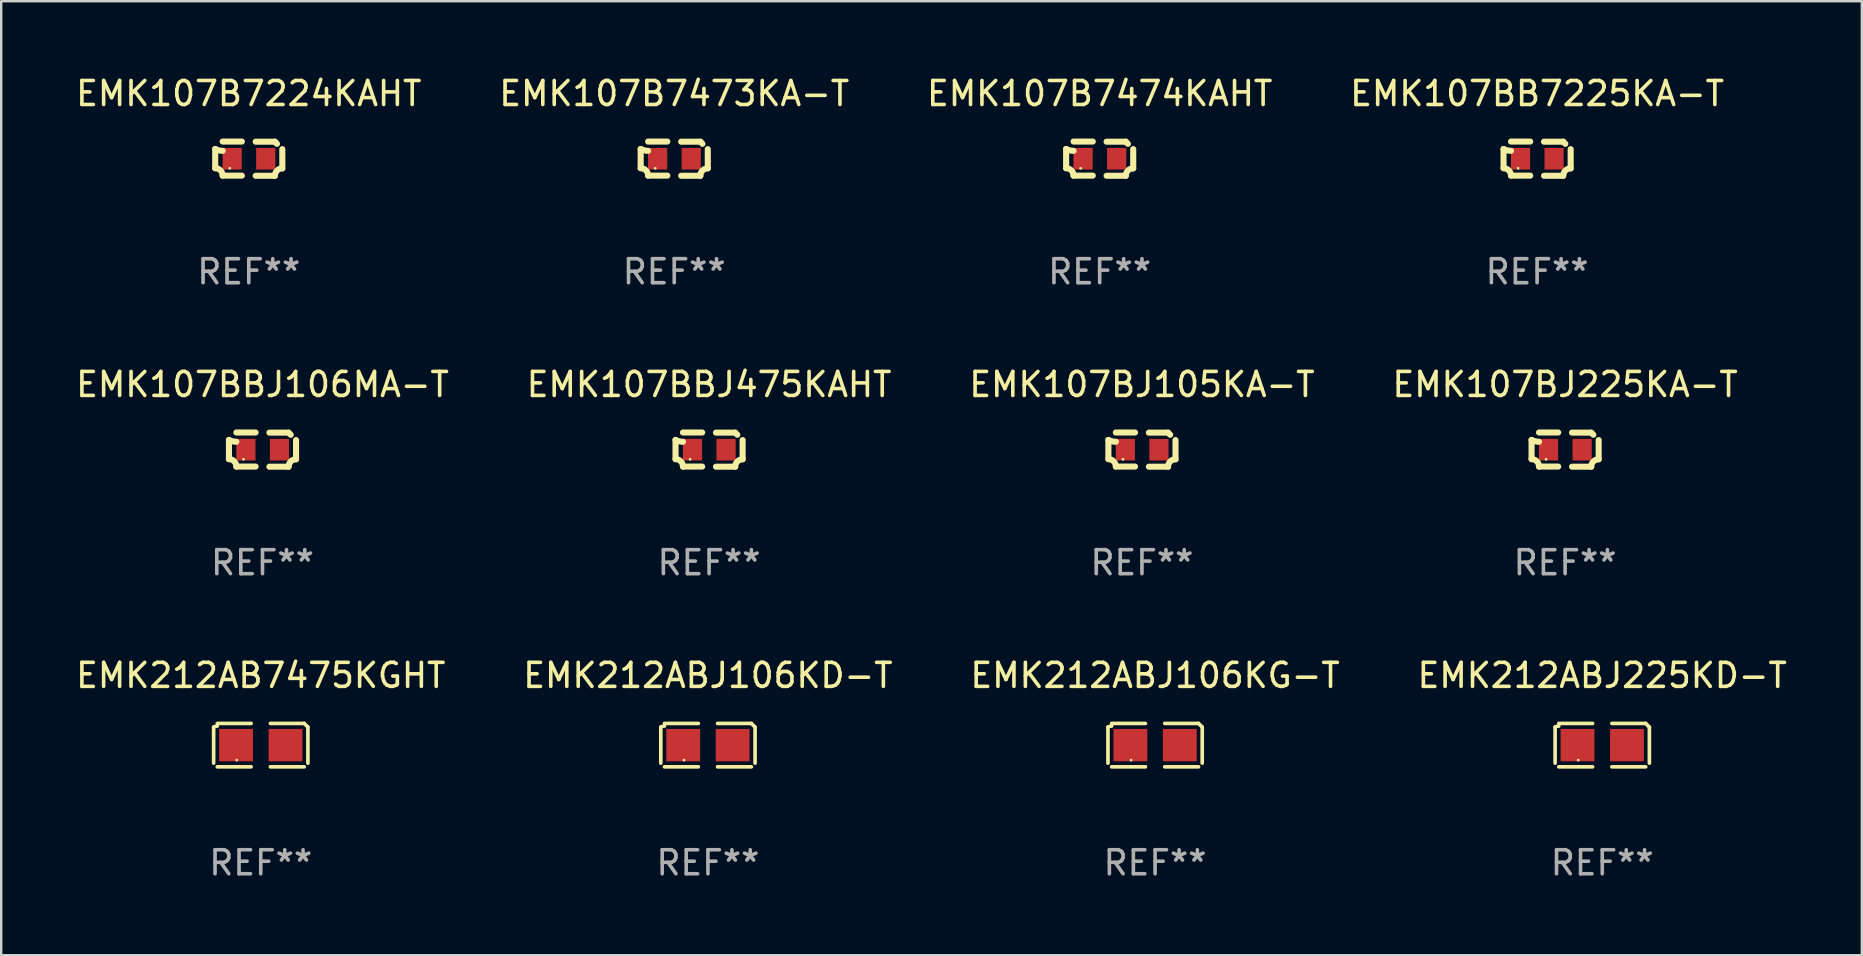
<source format=kicad_pcb>
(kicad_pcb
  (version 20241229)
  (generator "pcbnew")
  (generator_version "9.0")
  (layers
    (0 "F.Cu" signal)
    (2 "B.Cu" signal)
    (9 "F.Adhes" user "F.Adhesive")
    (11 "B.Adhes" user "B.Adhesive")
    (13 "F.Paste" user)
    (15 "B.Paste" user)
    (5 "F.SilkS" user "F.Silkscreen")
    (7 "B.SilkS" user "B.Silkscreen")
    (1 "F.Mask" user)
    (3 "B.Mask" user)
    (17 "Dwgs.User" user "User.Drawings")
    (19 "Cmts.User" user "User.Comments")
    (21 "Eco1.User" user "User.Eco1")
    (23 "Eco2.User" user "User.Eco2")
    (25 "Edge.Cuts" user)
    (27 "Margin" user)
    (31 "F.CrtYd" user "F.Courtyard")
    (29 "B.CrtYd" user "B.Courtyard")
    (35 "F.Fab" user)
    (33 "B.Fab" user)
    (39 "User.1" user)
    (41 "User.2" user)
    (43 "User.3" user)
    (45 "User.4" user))
  (footprint "EMK212ABJ106KG-T"
    (layer "F.Cu")
    (at 45.077 27.996)
    (property "Reference" "EMK212ABJ106KG-T" (at 0 -2.904 0) (layer "F.SilkS") (effects (font (size 1 1) (thickness 0.15))))
    (attr through_hole)
    (fp_line (start -1.964 0.751) (end -1.964 -0.751) (stroke (width 0.152) (type solid)) (layer "F.SilkS"))
    (fp_line (start -1.811 -0.904) (end -0.401 -0.904) (stroke (width 0.152) (type solid)) (layer "F.SilkS"))
    (fp_line (start -0.401 0.904) (end -1.811 0.904) (stroke (width 0.152) (type solid)) (layer "F.SilkS"))
    (fp_line (start 0.401 0.904) (end 1.811 0.904) (stroke (width 0.152) (type solid)) (layer "F.SilkS"))
    (fp_line (start 1.811 -0.904) (end 0.401 -0.904) (stroke (width 0.152) (type solid)) (layer "F.SilkS"))
    (fp_line (start 1.964 0.751) (end 1.964 -0.751) (stroke (width 0.152) (type solid)) (layer "F.SilkS"))
    (fp_arc (start -1.963602 -0.751207) (mid -1.890354 -0.783131) (end -1.811201 -0.794044) (stroke (width 0.1524) (type solid)) (layer "F.SilkS"))
    (fp_arc (start 1.811202 -0.903607) (mid 1.887413 -0.827418) (end 1.963602 -0.751207) (stroke (width 0.1524) (type solid)) (layer "F.SilkS"))
    (fp_circle (center -1 0.625) (end -0.97 0.625) (stroke (width 0.06) (type solid)) (fill no) (layer "F.SilkS"))
    (fp_text user "REF**" (at 0 4.904 0) (layer "F.Fab") (effects (font (size 1 1) (thickness 0.15))))
    (pad "1" smd rect (at -1.03 0) (size 1.41 1.35) (layers "F.Cu" "F.Mask" "F.Paste"))
    (pad "2" smd rect (at 1.03 0) (size 1.41 1.35) (layers "F.Cu" "F.Mask" "F.Paste")))
  (footprint "EMK107B7474KAHT"
    (layer "F.Cu")
    (at 42.768 3.561)
    (property "Reference" "EMK107B7474KAHT" (at 0 -2.713 0) (layer "F.SilkS") (effects (font (size 1 1) (thickness 0.15))))
    (attr through_hole)
    (fp_line (start -1.398 -0.403) (end -1.398 0.397) (stroke (width 0.254) (type solid)) (layer "F.SilkS"))
    (fp_line (start -0.288 -0.713) (end -1.088 -0.713) (stroke (width 0.254) (type solid)) (layer "F.SilkS"))
    (fp_line (start -0.288 0.707) (end -1.088 0.707) (stroke (width 0.254) (type solid)) (layer "F.SilkS"))
    (fp_line (start 0.288 -0.707) (end 1.088 -0.707) (stroke (width 0.254) (type solid)) (layer "F.SilkS"))
    (fp_line (start 0.288 0.713) (end 1.088 0.713) (stroke (width 0.254) (type solid)) (layer "F.SilkS"))
    (fp_line (start 1.398 -0.397) (end 1.398 0.403) (stroke (width 0.254) (type solid)) (layer "F.SilkS"))
    (fp_arc (start -1.397789 0.397066) (mid -1.178701 0.487826) (end -1.08796 0.706922) (stroke (width 0.254001) (type solid)) (layer "F.SilkS"))
    (fp_arc (start -1.08796 -0.327176) (mid -1.247436 -0.346384) (end -1.39779 -0.402908) (stroke (width 0.254001) (type solid)) (layer "F.SilkS"))
    (fp_arc (start 1.087909 0.712738) (mid 1.178656 0.493655) (end 1.397739 0.402908) (stroke (width 0.254001) (type solid)) (layer "F.SilkS"))
    (fp_arc (start 1.175925 -0.618926) (mid 1.131917 -0.662923) (end 1.08791 -0.706922) (stroke (width 0.254001) (type solid)) (layer "F.SilkS"))
    (fp_circle (center -0.792 0.403) (end -0.762 0.403) (stroke (width 0.06) (type solid)) (fill no) (layer "F.SilkS"))
    (fp_text user "REF**" (at 0 4.713 0) (layer "F.Fab") (effects (font (size 1 1) (thickness 0.15))))
    (pad "1" smd rect (at -0.692 0.003) (size 0.8 0.9) (layers "F.Cu" "F.Mask" "F.Paste"))
    (pad "2" smd rect (at 0.708 0.003) (size 0.8 0.9) (layers "F.Cu" "F.Mask" "F.Paste")))
  (footprint "EMK212ABJ225KD-T"
    (layer "F.Cu")
    (at 63.708 27.996)
    (property "Reference" "EMK212ABJ225KD-T" (at 0 -2.904 0) (layer "F.SilkS") (effects (font (size 1 1) (thickness 0.15))))
    (attr through_hole)
    (fp_line (start -1.964 0.751) (end -1.964 -0.751) (stroke (width 0.152) (type solid)) (layer "F.SilkS"))
    (fp_line (start -1.811 -0.904) (end -0.401 -0.904) (stroke (width 0.152) (type solid)) (layer "F.SilkS"))
    (fp_line (start -0.401 0.904) (end -1.811 0.904) (stroke (width 0.152) (type solid)) (layer "F.SilkS"))
    (fp_line (start 0.401 0.904) (end 1.811 0.904) (stroke (width 0.152) (type solid)) (layer "F.SilkS"))
    (fp_line (start 1.811 -0.904) (end 0.401 -0.904) (stroke (width 0.152) (type solid)) (layer "F.SilkS"))
    (fp_line (start 1.964 0.751) (end 1.964 -0.751) (stroke (width 0.152) (type solid)) (layer "F.SilkS"))
    (fp_arc (start -1.963602 -0.751207) (mid -1.890354 -0.783131) (end -1.811201 -0.794044) (stroke (width 0.1524) (type solid)) (layer "F.SilkS"))
    (fp_arc (start 1.811202 -0.903607) (mid 1.887413 -0.827418) (end 1.963602 -0.751207) (stroke (width 0.1524) (type solid)) (layer "F.SilkS"))
    (fp_circle (center -1 0.625) (end -0.97 0.625) (stroke (width 0.06) (type solid)) (fill no) (layer "F.SilkS"))
    (fp_text user "REF**" (at 0 4.904 0) (layer "F.Fab") (effects (font (size 1 1) (thickness 0.15))))
    (pad "1" smd rect (at -1.03 0) (size 1.41 1.35) (layers "F.Cu" "F.Mask" "F.Paste"))
    (pad "2" smd rect (at 1.03 0) (size 1.41 1.35) (layers "F.Cu" "F.Mask" "F.Paste")))
  (footprint "EMK212ABJ106KD-T"
    (layer "F.Cu")
    (at 26.446 27.996)
    (property "Reference" "EMK212ABJ106KD-T" (at 0 -2.904 0) (layer "F.SilkS") (effects (font (size 1 1) (thickness 0.15))))
    (attr through_hole)
    (fp_line (start -1.964 0.751) (end -1.964 -0.751) (stroke (width 0.152) (type solid)) (layer "F.SilkS"))
    (fp_line (start -1.811 -0.904) (end -0.401 -0.904) (stroke (width 0.152) (type solid)) (layer "F.SilkS"))
    (fp_line (start -0.401 0.904) (end -1.811 0.904) (stroke (width 0.152) (type solid)) (layer "F.SilkS"))
    (fp_line (start 0.401 0.904) (end 1.811 0.904) (stroke (width 0.152) (type solid)) (layer "F.SilkS"))
    (fp_line (start 1.811 -0.904) (end 0.401 -0.904) (stroke (width 0.152) (type solid)) (layer "F.SilkS"))
    (fp_line (start 1.964 0.751) (end 1.964 -0.751) (stroke (width 0.152) (type solid)) (layer "F.SilkS"))
    (fp_arc (start -1.963602 -0.751207) (mid -1.890354 -0.783131) (end -1.811201 -0.794044) (stroke (width 0.1524) (type solid)) (layer "F.SilkS"))
    (fp_arc (start 1.811202 -0.903607) (mid 1.887413 -0.827418) (end 1.963602 -0.751207) (stroke (width 0.1524) (type solid)) (layer "F.SilkS"))
    (fp_circle (center -1 0.625) (end -0.97 0.625) (stroke (width 0.06) (type solid)) (fill no) (layer "F.SilkS"))
    (fp_text user "REF**" (at 0 4.904 0) (layer "F.Fab") (effects (font (size 1 1) (thickness 0.15))))
    (pad "1" smd rect (at -1.03 0) (size 1.41 1.35) (layers "F.Cu" "F.Mask" "F.Paste"))
    (pad "2" smd rect (at 1.03 0) (size 1.41 1.35) (layers "F.Cu" "F.Mask" "F.Paste")))
  (footprint "EMK107B7224KAHT"
    (layer "F.Cu")
    (at 7.315 3.561)
    (property "Reference" "EMK107B7224KAHT" (at 0 -2.713 0) (layer "F.SilkS") (effects (font (size 1 1) (thickness 0.15))))
    (attr through_hole)
    (fp_line (start -1.398 -0.403) (end -1.398 0.397) (stroke (width 0.254) (type solid)) (layer "F.SilkS"))
    (fp_line (start -0.288 -0.713) (end -1.088 -0.713) (stroke (width 0.254) (type solid)) (layer "F.SilkS"))
    (fp_line (start -0.288 0.707) (end -1.088 0.707) (stroke (width 0.254) (type solid)) (layer "F.SilkS"))
    (fp_line (start 0.288 -0.707) (end 1.088 -0.707) (stroke (width 0.254) (type solid)) (layer "F.SilkS"))
    (fp_line (start 0.288 0.713) (end 1.088 0.713) (stroke (width 0.254) (type solid)) (layer "F.SilkS"))
    (fp_line (start 1.398 -0.397) (end 1.398 0.403) (stroke (width 0.254) (type solid)) (layer "F.SilkS"))
    (fp_arc (start -1.397789 0.397066) (mid -1.178701 0.487826) (end -1.08796 0.706922) (stroke (width 0.254001) (type solid)) (layer "F.SilkS"))
    (fp_arc (start -1.08796 -0.327176) (mid -1.247436 -0.346384) (end -1.39779 -0.402908) (stroke (width 0.254001) (type solid)) (layer "F.SilkS"))
    (fp_arc (start 1.087909 0.712738) (mid 1.178656 0.493655) (end 1.397739 0.402908) (stroke (width 0.254001) (type solid)) (layer "F.SilkS"))
    (fp_arc (start 1.175925 -0.618926) (mid 1.131917 -0.662923) (end 1.08791 -0.706922) (stroke (width 0.254001) (type solid)) (layer "F.SilkS"))
    (fp_circle (center -0.792 0.403) (end -0.762 0.403) (stroke (width 0.06) (type solid)) (fill no) (layer "F.SilkS"))
    (fp_text user "REF**" (at 0 4.713 0) (layer "F.Fab") (effects (font (size 1 1) (thickness 0.15))))
    (pad "1" smd rect (at -0.692 0.003) (size 0.8 0.9) (layers "F.Cu" "F.Mask" "F.Paste"))
    (pad "2" smd rect (at 0.708 0.003) (size 0.8 0.9) (layers "F.Cu" "F.Mask" "F.Paste")))
  (footprint "EMK107B7473KA-T"
    (layer "F.Cu")
    (at 25.042 3.561)
    (property "Reference" "EMK107B7473KA-T" (at 0 -2.713 0) (layer "F.SilkS") (effects (font (size 1 1) (thickness 0.15))))
    (attr through_hole)
    (fp_line (start -1.398 -0.403) (end -1.398 0.397) (stroke (width 0.254) (type solid)) (layer "F.SilkS"))
    (fp_line (start -0.288 -0.713) (end -1.088 -0.713) (stroke (width 0.254) (type solid)) (layer "F.SilkS"))
    (fp_line (start -0.288 0.707) (end -1.088 0.707) (stroke (width 0.254) (type solid)) (layer "F.SilkS"))
    (fp_line (start 0.288 -0.707) (end 1.088 -0.707) (stroke (width 0.254) (type solid)) (layer "F.SilkS"))
    (fp_line (start 0.288 0.713) (end 1.088 0.713) (stroke (width 0.254) (type solid)) (layer "F.SilkS"))
    (fp_line (start 1.398 -0.397) (end 1.398 0.403) (stroke (width 0.254) (type solid)) (layer "F.SilkS"))
    (fp_arc (start -1.397789 0.397066) (mid -1.178701 0.487826) (end -1.08796 0.706922) (stroke (width 0.254001) (type solid)) (layer "F.SilkS"))
    (fp_arc (start -1.08796 -0.327176) (mid -1.247436 -0.346384) (end -1.39779 -0.402908) (stroke (width 0.254001) (type solid)) (layer "F.SilkS"))
    (fp_arc (start 1.087909 0.712738) (mid 1.178656 0.493655) (end 1.397739 0.402908) (stroke (width 0.254001) (type solid)) (layer "F.SilkS"))
    (fp_arc (start 1.175925 -0.618926) (mid 1.131917 -0.662923) (end 1.08791 -0.706922) (stroke (width 0.254001) (type solid)) (layer "F.SilkS"))
    (fp_circle (center -0.792 0.403) (end -0.762 0.403) (stroke (width 0.06) (type solid)) (fill no) (layer "F.SilkS"))
    (fp_text user "REF**" (at 0 4.713 0) (layer "F.Fab") (effects (font (size 1 1) (thickness 0.15))))
    (pad "1" smd rect (at -0.692 0.003) (size 0.8 0.9) (layers "F.Cu" "F.Mask" "F.Paste"))
    (pad "2" smd rect (at 0.708 0.003) (size 0.8 0.9) (layers "F.Cu" "F.Mask" "F.Paste")))
  (footprint "EMK107BJ225KA-T"
    (layer "F.Cu")
    (at 62.161 15.683)
    (property "Reference" "EMK107BJ225KA-T" (at 0 -2.713 0) (layer "F.SilkS") (effects (font (size 1 1) (thickness 0.15))))
    (attr through_hole)
    (fp_line (start -1.398 -0.403) (end -1.398 0.397) (stroke (width 0.254) (type solid)) (layer "F.SilkS"))
    (fp_line (start -0.288 -0.713) (end -1.088 -0.713) (stroke (width 0.254) (type solid)) (layer "F.SilkS"))
    (fp_line (start -0.288 0.707) (end -1.088 0.707) (stroke (width 0.254) (type solid)) (layer "F.SilkS"))
    (fp_line (start 0.288 -0.707) (end 1.088 -0.707) (stroke (width 0.254) (type solid)) (layer "F.SilkS"))
    (fp_line (start 0.288 0.713) (end 1.088 0.713) (stroke (width 0.254) (type solid)) (layer "F.SilkS"))
    (fp_line (start 1.398 -0.397) (end 1.398 0.403) (stroke (width 0.254) (type solid)) (layer "F.SilkS"))
    (fp_arc (start -1.397789 0.397066) (mid -1.178701 0.487826) (end -1.08796 0.706922) (stroke (width 0.254001) (type solid)) (layer "F.SilkS"))
    (fp_arc (start -1.08796 -0.327176) (mid -1.247436 -0.346384) (end -1.39779 -0.402908) (stroke (width 0.254001) (type solid)) (layer "F.SilkS"))
    (fp_arc (start 1.087909 0.712738) (mid 1.178656 0.493655) (end 1.397739 0.402908) (stroke (width 0.254001) (type solid)) (layer "F.SilkS"))
    (fp_arc (start 1.175925 -0.618926) (mid 1.131917 -0.662923) (end 1.08791 -0.706922) (stroke (width 0.254001) (type solid)) (layer "F.SilkS"))
    (fp_circle (center -0.792 0.403) (end -0.762 0.403) (stroke (width 0.06) (type solid)) (fill no) (layer "F.SilkS"))
    (fp_text user "REF**" (at 0 4.713 0) (layer "F.Fab") (effects (font (size 1 1) (thickness 0.15))))
    (pad "1" smd rect (at -0.692 0.003) (size 0.8 0.9) (layers "F.Cu" "F.Mask" "F.Paste"))
    (pad "2" smd rect (at 0.708 0.003) (size 0.8 0.9) (layers "F.Cu" "F.Mask" "F.Paste")))
  (footprint "EMK107BBJ475KAHT"
    (layer "F.Cu")
    (at 26.494 15.683)
    (property "Reference" "EMK107BBJ475KAHT" (at 0 -2.713 0) (layer "F.SilkS") (effects (font (size 1 1) (thickness 0.15))))
    (attr through_hole)
    (fp_line (start -1.398 -0.403) (end -1.398 0.397) (stroke (width 0.254) (type solid)) (layer "F.SilkS"))
    (fp_line (start -0.288 -0.713) (end -1.088 -0.713) (stroke (width 0.254) (type solid)) (layer "F.SilkS"))
    (fp_line (start -0.288 0.707) (end -1.088 0.707) (stroke (width 0.254) (type solid)) (layer "F.SilkS"))
    (fp_line (start 0.288 -0.707) (end 1.088 -0.707) (stroke (width 0.254) (type solid)) (layer "F.SilkS"))
    (fp_line (start 0.288 0.713) (end 1.088 0.713) (stroke (width 0.254) (type solid)) (layer "F.SilkS"))
    (fp_line (start 1.398 -0.397) (end 1.398 0.403) (stroke (width 0.254) (type solid)) (layer "F.SilkS"))
    (fp_arc (start -1.397789 0.397066) (mid -1.178701 0.487826) (end -1.08796 0.706922) (stroke (width 0.254001) (type solid)) (layer "F.SilkS"))
    (fp_arc (start -1.08796 -0.327176) (mid -1.247436 -0.346384) (end -1.39779 -0.402908) (stroke (width 0.254001) (type solid)) (layer "F.SilkS"))
    (fp_arc (start 1.087909 0.712738) (mid 1.178656 0.493655) (end 1.397739 0.402908) (stroke (width 0.254001) (type solid)) (layer "F.SilkS"))
    (fp_arc (start 1.175925 -0.618926) (mid 1.131917 -0.662923) (end 1.08791 -0.706922) (stroke (width 0.254001) (type solid)) (layer "F.SilkS"))
    (fp_circle (center -0.792 0.403) (end -0.762 0.403) (stroke (width 0.06) (type solid)) (fill no) (layer "F.SilkS"))
    (fp_text user "REF**" (at 0 4.713 0) (layer "F.Fab") (effects (font (size 1 1) (thickness 0.15))))
    (pad "1" smd rect (at -0.692 0.003) (size 0.8 0.9) (layers "F.Cu" "F.Mask" "F.Paste"))
    (pad "2" smd rect (at 0.708 0.003) (size 0.8 0.9) (layers "F.Cu" "F.Mask" "F.Paste")))
  (footprint "EMK212AB7475KGHT"
    (layer "F.Cu")
    (at 7.815 27.996)
    (property "Reference" "EMK212AB7475KGHT" (at 0 -2.904 0) (layer "F.SilkS") (effects (font (size 1 1) (thickness 0.15))))
    (attr through_hole)
    (fp_line (start -1.964 0.751) (end -1.964 -0.751) (stroke (width 0.152) (type solid)) (layer "F.SilkS"))
    (fp_line (start -1.811 -0.904) (end -0.401 -0.904) (stroke (width 0.152) (type solid)) (layer "F.SilkS"))
    (fp_line (start -0.401 0.904) (end -1.811 0.904) (stroke (width 0.152) (type solid)) (layer "F.SilkS"))
    (fp_line (start 0.401 0.904) (end 1.811 0.904) (stroke (width 0.152) (type solid)) (layer "F.SilkS"))
    (fp_line (start 1.811 -0.904) (end 0.401 -0.904) (stroke (width 0.152) (type solid)) (layer "F.SilkS"))
    (fp_line (start 1.964 0.751) (end 1.964 -0.751) (stroke (width 0.152) (type solid)) (layer "F.SilkS"))
    (fp_arc (start -1.963602 -0.751207) (mid -1.890354 -0.783131) (end -1.811201 -0.794044) (stroke (width 0.1524) (type solid)) (layer "F.SilkS"))
    (fp_arc (start 1.811202 -0.903607) (mid 1.887413 -0.827418) (end 1.963602 -0.751207) (stroke (width 0.1524) (type solid)) (layer "F.SilkS"))
    (fp_circle (center -1 0.625) (end -0.97 0.625) (stroke (width 0.06) (type solid)) (fill no) (layer "F.SilkS"))
    (fp_text user "REF**" (at 0 4.904 0) (layer "F.Fab") (effects (font (size 1 1) (thickness 0.15))))
    (pad "1" smd rect (at -1.03 0) (size 1.41 1.35) (layers "F.Cu" "F.Mask" "F.Paste"))
    (pad "2" smd rect (at 1.03 0) (size 1.41 1.35) (layers "F.Cu" "F.Mask" "F.Paste")))
  (footprint "EMK107BJ105KA-T"
    (layer "F.Cu")
    (at 44.53 15.683)
    (property "Reference" "EMK107BJ105KA-T" (at 0 -2.713 0) (layer "F.SilkS") (effects (font (size 1 1) (thickness 0.15))))
    (attr through_hole)
    (fp_line (start -1.398 -0.403) (end -1.398 0.397) (stroke (width 0.254) (type solid)) (layer "F.SilkS"))
    (fp_line (start -0.288 -0.713) (end -1.088 -0.713) (stroke (width 0.254) (type solid)) (layer "F.SilkS"))
    (fp_line (start -0.288 0.707) (end -1.088 0.707) (stroke (width 0.254) (type solid)) (layer "F.SilkS"))
    (fp_line (start 0.288 -0.707) (end 1.088 -0.707) (stroke (width 0.254) (type solid)) (layer "F.SilkS"))
    (fp_line (start 0.288 0.713) (end 1.088 0.713) (stroke (width 0.254) (type solid)) (layer "F.SilkS"))
    (fp_line (start 1.398 -0.397) (end 1.398 0.403) (stroke (width 0.254) (type solid)) (layer "F.SilkS"))
    (fp_arc (start -1.397789 0.397066) (mid -1.178701 0.487826) (end -1.08796 0.706922) (stroke (width 0.254001) (type solid)) (layer "F.SilkS"))
    (fp_arc (start -1.08796 -0.327176) (mid -1.247436 -0.346384) (end -1.39779 -0.402908) (stroke (width 0.254001) (type solid)) (layer "F.SilkS"))
    (fp_arc (start 1.087909 0.712738) (mid 1.178656 0.493655) (end 1.397739 0.402908) (stroke (width 0.254001) (type solid)) (layer "F.SilkS"))
    (fp_arc (start 1.175925 -0.618926) (mid 1.131917 -0.662923) (end 1.08791 -0.706922) (stroke (width 0.254001) (type solid)) (layer "F.SilkS"))
    (fp_circle (center -0.792 0.403) (end -0.762 0.403) (stroke (width 0.06) (type solid)) (fill no) (layer "F.SilkS"))
    (fp_text user "REF**" (at 0 4.713 0) (layer "F.Fab") (effects (font (size 1 1) (thickness 0.15))))
    (pad "1" smd rect (at -0.692 0.003) (size 0.8 0.9) (layers "F.Cu" "F.Mask" "F.Paste"))
    (pad "2" smd rect (at 0.708 0.003) (size 0.8 0.9) (layers "F.Cu" "F.Mask" "F.Paste")))
  (footprint "EMK107BB7225KA-T"
    (layer "F.Cu")
    (at 60.994 3.561)
    (property "Reference" "EMK107BB7225KA-T" (at 0 -2.713 0) (layer "F.SilkS") (effects (font (size 1 1) (thickness 0.15))))
    (attr through_hole)
    (fp_line (start -1.398 -0.403) (end -1.398 0.397) (stroke (width 0.254) (type solid)) (layer "F.SilkS"))
    (fp_line (start -0.288 -0.713) (end -1.088 -0.713) (stroke (width 0.254) (type solid)) (layer "F.SilkS"))
    (fp_line (start -0.288 0.707) (end -1.088 0.707) (stroke (width 0.254) (type solid)) (layer "F.SilkS"))
    (fp_line (start 0.288 -0.707) (end 1.088 -0.707) (stroke (width 0.254) (type solid)) (layer "F.SilkS"))
    (fp_line (start 0.288 0.713) (end 1.088 0.713) (stroke (width 0.254) (type solid)) (layer "F.SilkS"))
    (fp_line (start 1.398 -0.397) (end 1.398 0.403) (stroke (width 0.254) (type solid)) (layer "F.SilkS"))
    (fp_arc (start -1.397789 0.397066) (mid -1.178701 0.487826) (end -1.08796 0.706922) (stroke (width 0.254001) (type solid)) (layer "F.SilkS"))
    (fp_arc (start -1.08796 -0.327176) (mid -1.247436 -0.346384) (end -1.39779 -0.402908) (stroke (width 0.254001) (type solid)) (layer "F.SilkS"))
    (fp_arc (start 1.087909 0.712738) (mid 1.178656 0.493655) (end 1.397739 0.402908) (stroke (width 0.254001) (type solid)) (layer "F.SilkS"))
    (fp_arc (start 1.175925 -0.618926) (mid 1.131917 -0.662923) (end 1.08791 -0.706922) (stroke (width 0.254001) (type solid)) (layer "F.SilkS"))
    (fp_circle (center -0.792 0.403) (end -0.762 0.403) (stroke (width 0.06) (type solid)) (fill no) (layer "F.SilkS"))
    (fp_text user "REF**" (at 0 4.713 0) (layer "F.Fab") (effects (font (size 1 1) (thickness 0.15))))
    (pad "1" smd rect (at -0.692 0.003) (size 0.8 0.9) (layers "F.Cu" "F.Mask" "F.Paste"))
    (pad "2" smd rect (at 0.708 0.003) (size 0.8 0.9) (layers "F.Cu" "F.Mask" "F.Paste")))
  (footprint "EMK107BBJ106MA-T"
    (layer "F.Cu")
    (at 7.887 15.683)
    (property "Reference" "EMK107BBJ106MA-T" (at 0 -2.713 0) (layer "F.SilkS") (effects (font (size 1 1) (thickness 0.15))))
    (attr through_hole)
    (fp_line (start -1.398 -0.403) (end -1.398 0.397) (stroke (width 0.254) (type solid)) (layer "F.SilkS"))
    (fp_line (start -0.288 -0.713) (end -1.088 -0.713) (stroke (width 0.254) (type solid)) (layer "F.SilkS"))
    (fp_line (start -0.288 0.707) (end -1.088 0.707) (stroke (width 0.254) (type solid)) (layer "F.SilkS"))
    (fp_line (start 0.288 -0.707) (end 1.088 -0.707) (stroke (width 0.254) (type solid)) (layer "F.SilkS"))
    (fp_line (start 0.288 0.713) (end 1.088 0.713) (stroke (width 0.254) (type solid)) (layer "F.SilkS"))
    (fp_line (start 1.398 -0.397) (end 1.398 0.403) (stroke (width 0.254) (type solid)) (layer "F.SilkS"))
    (fp_arc (start -1.397789 0.397066) (mid -1.178701 0.487826) (end -1.08796 0.706922) (stroke (width 0.254001) (type solid)) (layer "F.SilkS"))
    (fp_arc (start -1.08796 -0.327176) (mid -1.247436 -0.346384) (end -1.39779 -0.402908) (stroke (width 0.254001) (type solid)) (layer "F.SilkS"))
    (fp_arc (start 1.087909 0.712738) (mid 1.178656 0.493655) (end 1.397739 0.402908) (stroke (width 0.254001) (type solid)) (layer "F.SilkS"))
    (fp_arc (start 1.175925 -0.618926) (mid 1.131917 -0.662923) (end 1.08791 -0.706922) (stroke (width 0.254001) (type solid)) (layer "F.SilkS"))
    (fp_circle (center -0.792 0.403) (end -0.762 0.403) (stroke (width 0.06) (type solid)) (fill no) (layer "F.SilkS"))
    (fp_text user "REF**" (at 0 4.713 0) (layer "F.Fab") (effects (font (size 1 1) (thickness 0.15))))
    (pad "1" smd rect (at -0.692 0.003) (size 0.8 0.9) (layers "F.Cu" "F.Mask" "F.Paste"))
    (pad "2" smd rect (at 0.708 0.003) (size 0.8 0.9) (layers "F.Cu" "F.Mask" "F.Paste")))
  (gr_rect
    (start -3 -3)
    (end 74.524 36.748)
    (stroke (width 0.1) (type default))
    (fill no)
    (layer "Edge.Cuts")))
</source>
